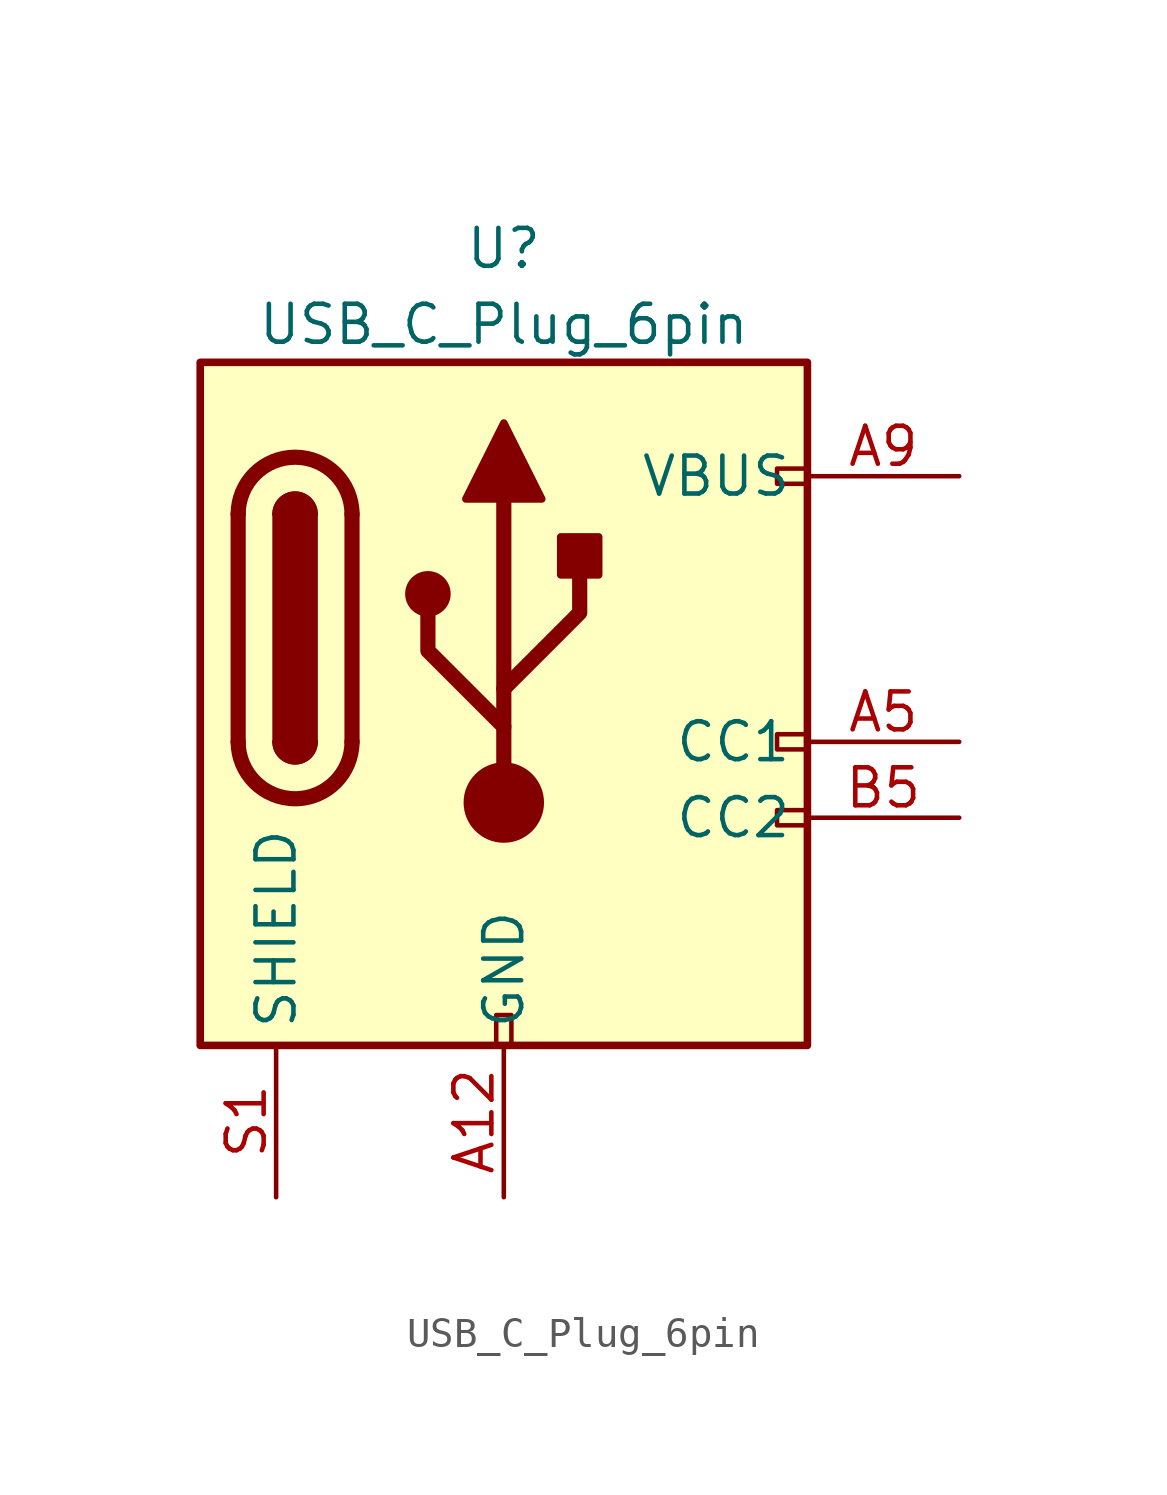
<source format=kicad_sym>
(kicad_symbol_lib
  (version 20211014)
  (generator kicad_symbol_editor)
  (symbol "USB_C_Plug_6pin"
    (property "Reference" "U"
      (at 0 15.24 0)
      (effects (font (size 1.27 1.27))))
    (property "Value" "USB_C_Plug_6pin"
      (at 0 12.7 0)
      (effects (font (size 1.27 1.27))))
    (symbol "USB_C_Plug_6pin_0_0"
      (rectangle (start -0.254 -11.43) (end 0.254 -10.414) (stroke (width 0) (type default) (color 0 0 0 0)) (fill (type none)))
      (rectangle (start 10.16 -3.556) (end 9.144 -4.064) (stroke (width 0) (type default) (color 0 0 0 0)) (fill (type none)))
      (rectangle (start 10.16 -1.016) (end 9.144 -1.524) (stroke (width 0) (type default) (color 0 0 0 0)) (fill (type none)))
      (rectangle (start 10.16 7.874) (end 9.144 7.366) (stroke (width 0) (type default) (color 0 0 0 0)) (fill (type none))))
    (symbol "USB_C_Plug_6pin_0_1"
      (rectangle (start -10.16 11.43) (end 10.16 -11.43) (stroke (width 0.254) (type default) (color 0 0 0 0)) (fill (type background)))
      (arc (start -8.89 -1.27) (mid -6.985 -3.175) (end -5.08 -1.27) (stroke (width 0.508) (type default) (color 0 0 0 0)) (fill (type none)))
      (arc (start -7.62 -1.27) (mid -6.985 -1.905) (end -6.35 -1.27) (stroke (width 0.254) (type default) (color 0 0 0 0)) (fill (type none)))
      (arc (start -7.62 -1.27) (mid -6.985 -1.905) (end -6.35 -1.27) (stroke (width 0.254) (type default) (color 0 0 0 0)) (fill (type outline)))
      (rectangle (start -7.62 -1.27) (end -6.35 6.35) (stroke (width 0.254) (type default) (color 0 0 0 0)) (fill (type outline)))
      (arc (start -6.35 6.35) (mid -6.985 6.985) (end -7.62 6.35) (stroke (width 0.254) (type default) (color 0 0 0 0)) (fill (type none)))
      (arc (start -6.35 6.35) (mid -6.985 6.985) (end -7.62 6.35) (stroke (width 0.254) (type default) (color 0 0 0 0)) (fill (type outline)))
      (arc (start -5.08 6.35) (mid -6.985 8.255) (end -8.89 6.35) (stroke (width 0.508) (type default) (color 0 0 0 0)) (fill (type none)))
      (polyline (pts (xy -8.89 -1.27) (xy -8.89 6.35)) (stroke (width 0.508) (type default) (color 0 0 0 0)) (fill (type none)))
      (polyline (pts (xy -5.08 6.35) (xy -5.08 -1.27)) (stroke (width 0.508) (type default) (color 0 0 0 0)) (fill (type none))))
    (symbol "USB_C_Plug_6pin_1_1"
      (circle (center -2.54 3.683) (radius 0.635) (stroke (width 0.254) (type default) (color 0 0 0 0)) (fill (type outline)))
      (circle (center 0 -3.302) (radius 1.27) (stroke (width 0) (type default) (color 0 0 0 0)) (fill (type outline)))
      (polyline (pts (xy 0 -3.302) (xy 0 6.858)) (stroke (width 0.508) (type default) (color 0 0 0 0)) (fill (type none)))
      (polyline (pts (xy 0 -0.762) (xy -2.54 1.778) (xy -2.54 3.048)) (stroke (width 0.508) (type default) (color 0 0 0 0)) (fill (type none)))
      (polyline (pts (xy 0 0.508) (xy 2.54 3.048) (xy 2.54 4.318)) (stroke (width 0.508) (type default) (color 0 0 0 0)) (fill (type none)))
      (polyline (pts (xy -1.27 6.858) (xy 0 9.398) (xy 1.27 6.858) (xy -1.27 6.858)) (stroke (width 0.254) (type default) (color 0 0 0 0)) (fill (type outline)))
      (rectangle (start 1.905 4.318) (end 3.175 5.588) (stroke (width 0.254) (type default) (color 0 0 0 0)) (fill (type outline)))
      (pin passive line (at 0 -16.51 90) (length 5.08) (name "GND" (effects (font (size 1.27 1.27)))) (number "A12" (effects (font (size 1.27 1.27)))))
      (pin bidirectional line (at 15.24 -1.27 180) (length 5.08) (name "CC1" (effects (font (size 1.27 1.27)))) (number "A5" (effects (font (size 1.27 1.27)))))
      (pin passive line (at 15.24 7.62 180) (length 5.08) (name "VBUS" (effects (font (size 1.27 1.27)))) (number "A9" (effects (font (size 1.27 1.27)))))
      (pin passive line (at 0 -16.51 90) (length 5.08) hide (name "GND" (effects (font (size 1.27 1.27)))) (number "B12" (effects (font (size 1.27 1.27)))))
      (pin bidirectional line (at 15.24 -3.81 180) (length 5.08) (name "CC2" (effects (font (size 1.27 1.27)))) (number "B5" (effects (font (size 1.27 1.27)))))
      (pin passive line (at 15.24 7.62 180) (length 5.08) hide (name "VBUS" (effects (font (size 1.27 1.27)))) (number "B9" (effects (font (size 1.27 1.27)))))
      (pin passive line (at -7.62 -16.51 90) (length 5.08) (name "SHIELD" (effects (font (size 1.27 1.27)))) (number "S1" (effects (font (size 1.27 1.27))))))))
</source>
